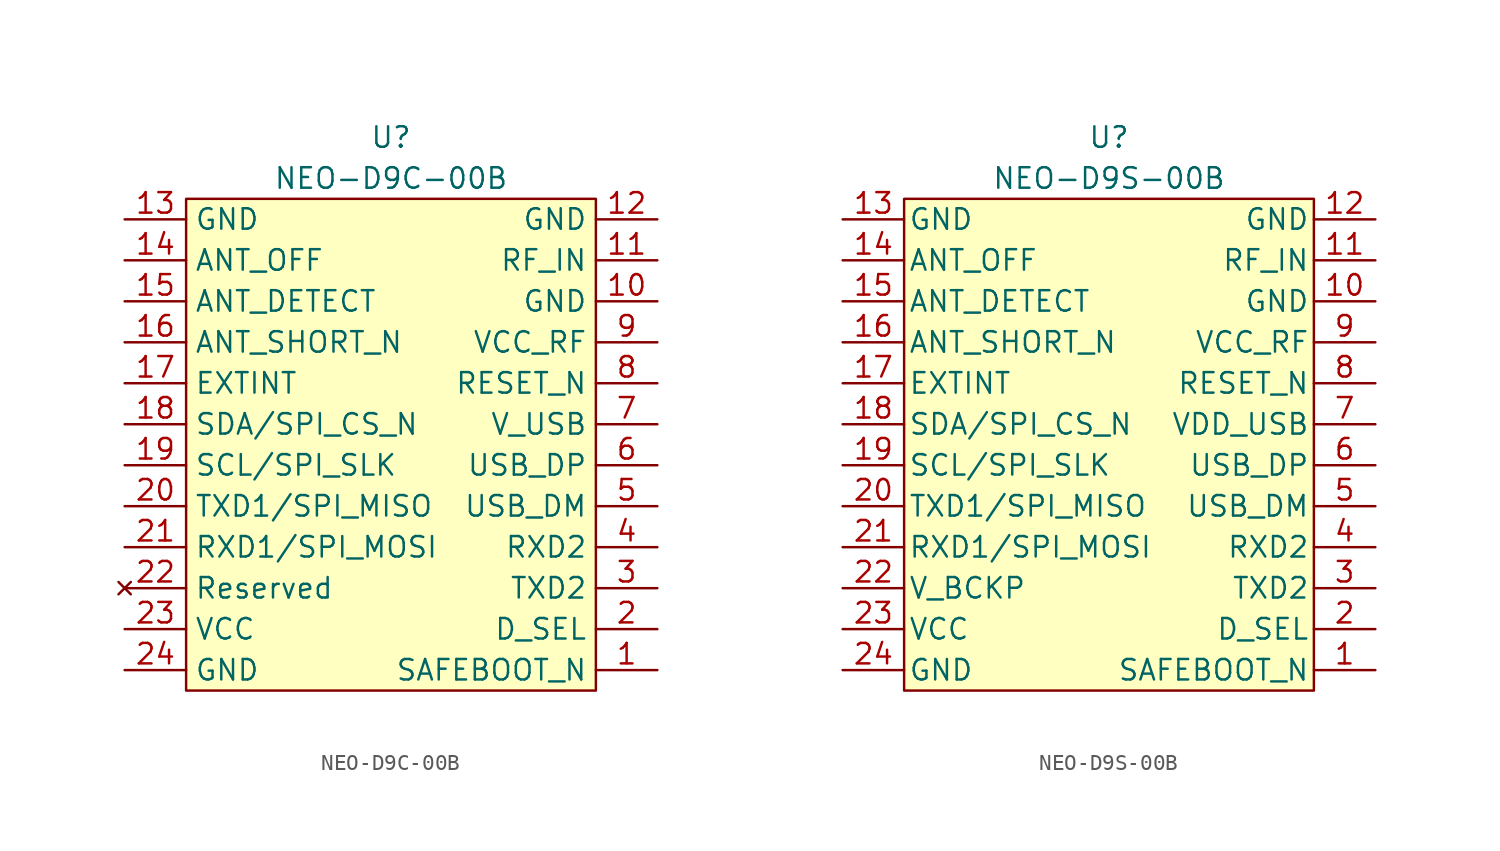
<source format=kicad_sym>
(kicad_symbol_lib
  (version 20211014)
  (generator kicad_symbol_editor)
  (symbol "NEO-D9C-00B"
    (property "Reference" "U"
      (at 0 19.05 0)
      (effects (font (size 1.27 1.27))))
    (property "Value" "NEO-D9C-00B"
      (at 0 16.51 0)
      (effects (font (size 1.27 1.27))))
    (symbol "NEO-D9C-00B_0_1"
      (rectangle (start 12.7 -15.24) (end -12.7 15.24) (stroke (width 0) (type default) (color 0 0 0 0)) (fill (type background)))
      (pin input line (at 16.51 -13.97 180) (length 3.81) (name "SAFEBOOT_N" (effects (font (size 1.27 1.27)))) (number "1" (effects (font (size 1.27 1.27)))))
      (pin power_out line (at 16.51 8.89 180) (length 3.81) (name "GND" (effects (font (size 1.27 1.27)))) (number "10" (effects (font (size 1.27 1.27)))))
      (pin input line (at 16.51 11.43 180) (length 3.81) (name "RF_IN" (effects (font (size 1.27 1.27)))) (number "11" (effects (font (size 1.27 1.27)))))
      (pin power_out line (at 16.51 13.97 180) (length 3.81) (name "GND" (effects (font (size 1.27 1.27)))) (number "12" (effects (font (size 1.27 1.27)))))
      (pin power_out line (at -16.51 13.97 0) (length 3.81) (name "GND" (effects (font (size 1.27 1.27)))) (number "13" (effects (font (size 1.27 1.27)))))
      (pin output line (at -16.51 11.43 0) (length 3.81) (name "ANT_OFF" (effects (font (size 1.27 1.27)))) (number "14" (effects (font (size 1.27 1.27)))))
      (pin input line (at -16.51 8.89 0) (length 3.81) (name "ANT_DETECT" (effects (font (size 1.27 1.27)))) (number "15" (effects (font (size 1.27 1.27)))))
      (pin output line (at -16.51 6.35 0) (length 3.81) (name "ANT_SHORT_N" (effects (font (size 1.27 1.27)))) (number "16" (effects (font (size 1.27 1.27)))))
      (pin input line (at -16.51 3.81 0) (length 3.81) (name "EXTINT" (effects (font (size 1.27 1.27)))) (number "17" (effects (font (size 1.27 1.27)))))
      (pin bidirectional line (at -16.51 1.27 0) (length 3.81) (name "SDA/SPI_CS_N" (effects (font (size 1.27 1.27)))) (number "18" (effects (font (size 1.27 1.27)))))
      (pin bidirectional line (at -16.51 -1.27 0) (length 3.81) (name "SCL/SPI_SLK" (effects (font (size 1.27 1.27)))) (number "19" (effects (font (size 1.27 1.27)))))
      (pin input line (at 16.51 -11.43 180) (length 3.81) (name "D_SEL" (effects (font (size 1.27 1.27)))) (number "2" (effects (font (size 1.27 1.27)))))
      (pin output line (at -16.51 -3.81 0) (length 3.81) (name "TXD1/SPI_MISO" (effects (font (size 1.27 1.27)))) (number "20" (effects (font (size 1.27 1.27)))))
      (pin input line (at -16.51 -6.35 0) (length 3.81) (name "RXD1/SPI_MOSI" (effects (font (size 1.27 1.27)))) (number "21" (effects (font (size 1.27 1.27)))))
      (pin no_connect line (at -16.51 -8.89 0) (length 3.81) (name "Reserved" (effects (font (size 1.27 1.27)))) (number "22" (effects (font (size 1.27 1.27)))))
      (pin power_in line (at -16.51 -11.43 0) (length 3.81) (name "VCC" (effects (font (size 1.27 1.27)))) (number "23" (effects (font (size 1.27 1.27)))))
      (pin power_out line (at -16.51 -13.97 0) (length 3.81) (name "GND" (effects (font (size 1.27 1.27)))) (number "24" (effects (font (size 1.27 1.27)))))
      (pin output line (at 16.51 -8.89 180) (length 3.81) (name "TXD2" (effects (font (size 1.27 1.27)))) (number "3" (effects (font (size 1.27 1.27)))))
      (pin input line (at 16.51 -6.35 180) (length 3.81) (name "RXD2" (effects (font (size 1.27 1.27)))) (number "4" (effects (font (size 1.27 1.27)))))
      (pin bidirectional line (at 16.51 -3.81 180) (length 3.81) (name "USB_DM" (effects (font (size 1.27 1.27)))) (number "5" (effects (font (size 1.27 1.27)))))
      (pin bidirectional line (at 16.51 -1.27 180) (length 3.81) (name "USB_DP" (effects (font (size 1.27 1.27)))) (number "6" (effects (font (size 1.27 1.27)))))
      (pin power_in line (at 16.51 1.27 180) (length 3.81) (name "V_USB" (effects (font (size 1.27 1.27)))) (number "7" (effects (font (size 1.27 1.27)))))
      (pin input line (at 16.51 3.81 180) (length 3.81) (name "RESET_N" (effects (font (size 1.27 1.27)))) (number "8" (effects (font (size 1.27 1.27)))))
      (pin power_in line (at 16.51 6.35 180) (length 3.81) (name "VCC_RF" (effects (font (size 1.27 1.27)))) (number "9" (effects (font (size 1.27 1.27)))))))
  (symbol "NEO-D9S-00B"
    (pin_names
      (offset 0.254))
    (property "Reference" "U"
      (at 0 19.05 0)
      (effects (font (size 1.27 1.27))))
    (property "Value" "NEO-D9S-00B"
      (at 0 16.51 0)
      (effects (font (size 1.27 1.27))))
    (symbol "NEO-D9S-00B_0_1"
      (rectangle (start 12.7 -15.24) (end -12.7 15.24) (stroke (width 0) (type default) (color 0 0 0 0)) (fill (type background)))
      (pin input line (at 16.51 -13.97 180) (length 3.81) (name "SAFEBOOT_N" (effects (font (size 1.27 1.27)))) (number "1" (effects (font (size 1.27 1.27)))))
      (pin power_out line (at 16.51 8.89 180) (length 3.81) (name "GND" (effects (font (size 1.27 1.27)))) (number "10" (effects (font (size 1.27 1.27)))))
      (pin input line (at 16.51 11.43 180) (length 3.81) (name "RF_IN" (effects (font (size 1.27 1.27)))) (number "11" (effects (font (size 1.27 1.27)))))
      (pin power_out line (at 16.51 13.97 180) (length 3.81) (name "GND" (effects (font (size 1.27 1.27)))) (number "12" (effects (font (size 1.27 1.27)))))
      (pin power_out line (at -16.51 13.97 0) (length 3.81) (name "GND" (effects (font (size 1.27 1.27)))) (number "13" (effects (font (size 1.27 1.27)))))
      (pin output line (at -16.51 11.43 0) (length 3.81) (name "ANT_OFF" (effects (font (size 1.27 1.27)))) (number "14" (effects (font (size 1.27 1.27)))))
      (pin input line (at -16.51 8.89 0) (length 3.81) (name "ANT_DETECT" (effects (font (size 1.27 1.27)))) (number "15" (effects (font (size 1.27 1.27)))))
      (pin output line (at -16.51 6.35 0) (length 3.81) (name "ANT_SHORT_N" (effects (font (size 1.27 1.27)))) (number "16" (effects (font (size 1.27 1.27)))))
      (pin input line (at -16.51 3.81 0) (length 3.81) (name "EXTINT" (effects (font (size 1.27 1.27)))) (number "17" (effects (font (size 1.27 1.27)))))
      (pin bidirectional line (at -16.51 1.27 0) (length 3.81) (name "SDA/SPI_CS_N" (effects (font (size 1.27 1.27)))) (number "18" (effects (font (size 1.27 1.27)))))
      (pin bidirectional line (at -16.51 -1.27 0) (length 3.81) (name "SCL/SPI_SLK" (effects (font (size 1.27 1.27)))) (number "19" (effects (font (size 1.27 1.27)))))
      (pin input line (at 16.51 -11.43 180) (length 3.81) (name "D_SEL" (effects (font (size 1.27 1.27)))) (number "2" (effects (font (size 1.27 1.27)))))
      (pin output line (at -16.51 -3.81 0) (length 3.81) (name "TXD1/SPI_MISO" (effects (font (size 1.27 1.27)))) (number "20" (effects (font (size 1.27 1.27)))))
      (pin input line (at -16.51 -6.35 0) (length 3.81) (name "RXD1/SPI_MOSI" (effects (font (size 1.27 1.27)))) (number "21" (effects (font (size 1.27 1.27)))))
      (pin power_in line (at -16.51 -8.89 0) (length 3.81) (name "V_BCKP" (effects (font (size 1.27 1.27)))) (number "22" (effects (font (size 1.27 1.27)))))
      (pin power_in line (at -16.51 -11.43 0) (length 3.81) (name "VCC" (effects (font (size 1.27 1.27)))) (number "23" (effects (font (size 1.27 1.27)))))
      (pin power_out line (at -16.51 -13.97 0) (length 3.81) (name "GND" (effects (font (size 1.27 1.27)))) (number "24" (effects (font (size 1.27 1.27)))))
      (pin output line (at 16.51 -8.89 180) (length 3.81) (name "TXD2" (effects (font (size 1.27 1.27)))) (number "3" (effects (font (size 1.27 1.27)))))
      (pin input line (at 16.51 -6.35 180) (length 3.81) (name "RXD2" (effects (font (size 1.27 1.27)))) (number "4" (effects (font (size 1.27 1.27)))))
      (pin bidirectional line (at 16.51 -3.81 180) (length 3.81) (name "USB_DM" (effects (font (size 1.27 1.27)))) (number "5" (effects (font (size 1.27 1.27)))))
      (pin bidirectional line (at 16.51 -1.27 180) (length 3.81) (name "USB_DP" (effects (font (size 1.27 1.27)))) (number "6" (effects (font (size 1.27 1.27)))))
      (pin power_in line (at 16.51 1.27 180) (length 3.81) (name "VDD_USB" (effects (font (size 1.27 1.27)))) (number "7" (effects (font (size 1.27 1.27)))))
      (pin input line (at 16.51 3.81 180) (length 3.81) (name "RESET_N" (effects (font (size 1.27 1.27)))) (number "8" (effects (font (size 1.27 1.27)))))
      (pin power_in line (at 16.51 6.35 180) (length 3.81) (name "VCC_RF" (effects (font (size 1.27 1.27)))) (number "9" (effects (font (size 1.27 1.27))))))))
</source>
